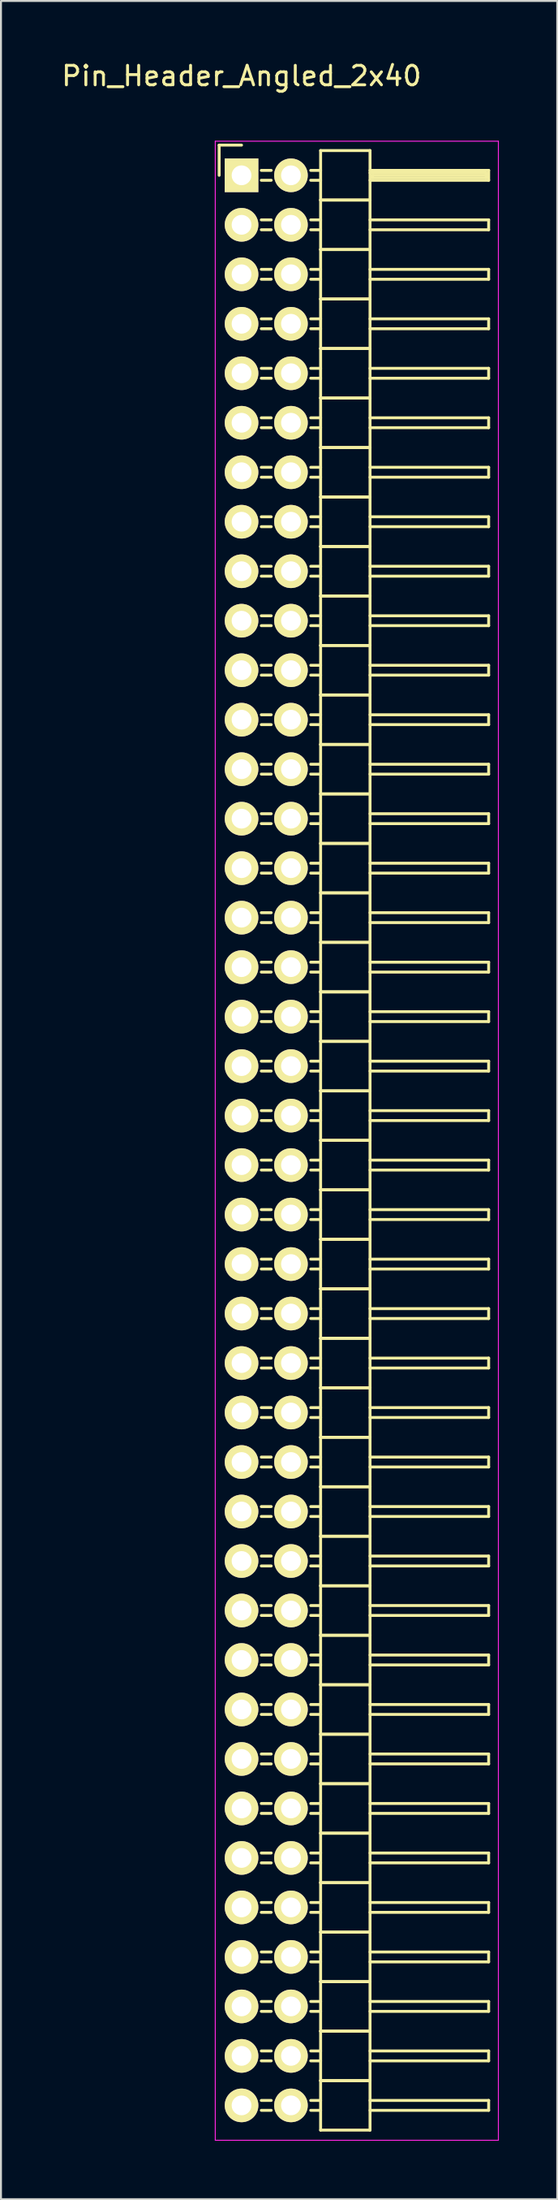
<source format=kicad_pcb>
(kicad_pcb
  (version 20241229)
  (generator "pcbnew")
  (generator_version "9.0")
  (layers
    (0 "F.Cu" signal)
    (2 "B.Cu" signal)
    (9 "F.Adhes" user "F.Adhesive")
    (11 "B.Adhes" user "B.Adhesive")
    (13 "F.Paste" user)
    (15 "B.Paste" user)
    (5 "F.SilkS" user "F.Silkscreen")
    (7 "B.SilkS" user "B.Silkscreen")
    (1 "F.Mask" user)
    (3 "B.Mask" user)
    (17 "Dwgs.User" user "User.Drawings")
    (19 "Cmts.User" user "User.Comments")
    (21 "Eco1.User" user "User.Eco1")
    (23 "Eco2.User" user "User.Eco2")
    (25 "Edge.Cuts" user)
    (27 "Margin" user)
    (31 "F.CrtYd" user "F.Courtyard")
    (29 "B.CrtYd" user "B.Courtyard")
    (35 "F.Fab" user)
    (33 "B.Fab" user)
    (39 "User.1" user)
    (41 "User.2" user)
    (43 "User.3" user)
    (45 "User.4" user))
  (footprint "Pin_Header_Angled_2x40"
    (layer "F.Cu")
    (at 9.363 5.948)
    (property "Reference" "Pin_Header_Angled_2x40" (at 0 -5.1 0) (layer "F.SilkS") (effects (font (size 1 1) (thickness 0.15))))
    (attr through_hole)
    (fp_line (start -1.15 -1.55) (end -1.15 0) (stroke (width 0.15) (type solid)) (layer "F.SilkS"))
    (fp_line (start 0 -1.55) (end -1.15 -1.55) (stroke (width 0.15) (type solid)) (layer "F.SilkS"))
    (fp_line (start 1.524 -0.254) (end 1.016 -0.254) (stroke (width 0.15) (type solid)) (layer "F.SilkS"))
    (fp_line (start 1.524 0.254) (end 1.016 0.254) (stroke (width 0.15) (type solid)) (layer "F.SilkS"))
    (fp_line (start 1.524 2.286) (end 1.016 2.286) (stroke (width 0.15) (type solid)) (layer "F.SilkS"))
    (fp_line (start 1.524 2.794) (end 1.016 2.794) (stroke (width 0.15) (type solid)) (layer "F.SilkS"))
    (fp_line (start 1.524 4.826) (end 1.016 4.826) (stroke (width 0.15) (type solid)) (layer "F.SilkS"))
    (fp_line (start 1.524 5.334) (end 1.016 5.334) (stroke (width 0.15) (type solid)) (layer "F.SilkS"))
    (fp_line (start 1.524 7.366) (end 1.016 7.366) (stroke (width 0.15) (type solid)) (layer "F.SilkS"))
    (fp_line (start 1.524 7.874) (end 1.016 7.874) (stroke (width 0.15) (type solid)) (layer "F.SilkS"))
    (fp_line (start 1.524 9.906) (end 1.016 9.906) (stroke (width 0.15) (type solid)) (layer "F.SilkS"))
    (fp_line (start 1.524 10.414) (end 1.016 10.414) (stroke (width 0.15) (type solid)) (layer "F.SilkS"))
    (fp_line (start 1.524 12.446) (end 1.016 12.446) (stroke (width 0.15) (type solid)) (layer "F.SilkS"))
    (fp_line (start 1.524 12.954) (end 1.016 12.954) (stroke (width 0.15) (type solid)) (layer "F.SilkS"))
    (fp_line (start 1.524 14.986) (end 1.016 14.986) (stroke (width 0.15) (type solid)) (layer "F.SilkS"))
    (fp_line (start 1.524 15.494) (end 1.016 15.494) (stroke (width 0.15) (type solid)) (layer "F.SilkS"))
    (fp_line (start 1.524 17.526) (end 1.016 17.526) (stroke (width 0.15) (type solid)) (layer "F.SilkS"))
    (fp_line (start 1.524 18.034) (end 1.016 18.034) (stroke (width 0.15) (type solid)) (layer "F.SilkS"))
    (fp_line (start 1.524 20.066) (end 1.016 20.066) (stroke (width 0.15) (type solid)) (layer "F.SilkS"))
    (fp_line (start 1.524 20.574) (end 1.016 20.574) (stroke (width 0.15) (type solid)) (layer "F.SilkS"))
    (fp_line (start 1.524 22.606) (end 1.016 22.606) (stroke (width 0.15) (type solid)) (layer "F.SilkS"))
    (fp_line (start 1.524 23.114) (end 1.016 23.114) (stroke (width 0.15) (type solid)) (layer "F.SilkS"))
    (fp_line (start 1.524 25.146) (end 1.016 25.146) (stroke (width 0.15) (type solid)) (layer "F.SilkS"))
    (fp_line (start 1.524 25.654) (end 1.016 25.654) (stroke (width 0.15) (type solid)) (layer "F.SilkS"))
    (fp_line (start 1.524 27.686) (end 1.016 27.686) (stroke (width 0.15) (type solid)) (layer "F.SilkS"))
    (fp_line (start 1.524 28.194) (end 1.016 28.194) (stroke (width 0.15) (type solid)) (layer "F.SilkS"))
    (fp_line (start 1.524 30.226) (end 1.016 30.226) (stroke (width 0.15) (type solid)) (layer "F.SilkS"))
    (fp_line (start 1.524 30.734) (end 1.016 30.734) (stroke (width 0.15) (type solid)) (layer "F.SilkS"))
    (fp_line (start 1.524 32.766) (end 1.016 32.766) (stroke (width 0.15) (type solid)) (layer "F.SilkS"))
    (fp_line (start 1.524 33.274) (end 1.016 33.274) (stroke (width 0.15) (type solid)) (layer "F.SilkS"))
    (fp_line (start 1.524 35.306) (end 1.016 35.306) (stroke (width 0.15) (type solid)) (layer "F.SilkS"))
    (fp_line (start 1.524 35.814) (end 1.016 35.814) (stroke (width 0.15) (type solid)) (layer "F.SilkS"))
    (fp_line (start 1.524 37.846) (end 1.016 37.846) (stroke (width 0.15) (type solid)) (layer "F.SilkS"))
    (fp_line (start 1.524 38.354) (end 1.016 38.354) (stroke (width 0.15) (type solid)) (layer "F.SilkS"))
    (fp_line (start 1.524 40.386) (end 1.016 40.386) (stroke (width 0.15) (type solid)) (layer "F.SilkS"))
    (fp_line (start 1.524 40.894) (end 1.016 40.894) (stroke (width 0.15) (type solid)) (layer "F.SilkS"))
    (fp_line (start 1.524 42.926) (end 1.016 42.926) (stroke (width 0.15) (type solid)) (layer "F.SilkS"))
    (fp_line (start 1.524 43.434) (end 1.016 43.434) (stroke (width 0.15) (type solid)) (layer "F.SilkS"))
    (fp_line (start 1.524 45.466) (end 1.016 45.466) (stroke (width 0.15) (type solid)) (layer "F.SilkS"))
    (fp_line (start 1.524 45.974) (end 1.016 45.974) (stroke (width 0.15) (type solid)) (layer "F.SilkS"))
    (fp_line (start 1.524 48.006) (end 1.016 48.006) (stroke (width 0.15) (type solid)) (layer "F.SilkS"))
    (fp_line (start 1.524 48.514) (end 1.016 48.514) (stroke (width 0.15) (type solid)) (layer "F.SilkS"))
    (fp_line (start 1.524 50.546) (end 1.016 50.546) (stroke (width 0.15) (type solid)) (layer "F.SilkS"))
    (fp_line (start 1.524 51.054) (end 1.016 51.054) (stroke (width 0.15) (type solid)) (layer "F.SilkS"))
    (fp_line (start 1.524 53.086) (end 1.016 53.086) (stroke (width 0.15) (type solid)) (layer "F.SilkS"))
    (fp_line (start 1.524 53.594) (end 1.016 53.594) (stroke (width 0.15) (type solid)) (layer "F.SilkS"))
    (fp_line (start 1.524 55.626) (end 1.016 55.626) (stroke (width 0.15) (type solid)) (layer "F.SilkS"))
    (fp_line (start 1.524 56.134) (end 1.016 56.134) (stroke (width 0.15) (type solid)) (layer "F.SilkS"))
    (fp_line (start 1.524 58.166) (end 1.016 58.166) (stroke (width 0.15) (type solid)) (layer "F.SilkS"))
    (fp_line (start 1.524 58.674) (end 1.016 58.674) (stroke (width 0.15) (type solid)) (layer "F.SilkS"))
    (fp_line (start 1.524 60.706) (end 1.016 60.706) (stroke (width 0.15) (type solid)) (layer "F.SilkS"))
    (fp_line (start 1.524 61.214) (end 1.016 61.214) (stroke (width 0.15) (type solid)) (layer "F.SilkS"))
    (fp_line (start 1.524 63.246) (end 1.016 63.246) (stroke (width 0.15) (type solid)) (layer "F.SilkS"))
    (fp_line (start 1.524 63.754) (end 1.016 63.754) (stroke (width 0.15) (type solid)) (layer "F.SilkS"))
    (fp_line (start 1.524 65.786) (end 1.016 65.786) (stroke (width 0.15) (type solid)) (layer "F.SilkS"))
    (fp_line (start 1.524 66.294) (end 1.016 66.294) (stroke (width 0.15) (type solid)) (layer "F.SilkS"))
    (fp_line (start 1.524 68.326) (end 1.016 68.326) (stroke (width 0.15) (type solid)) (layer "F.SilkS"))
    (fp_line (start 1.524 68.834) (end 1.016 68.834) (stroke (width 0.15) (type solid)) (layer "F.SilkS"))
    (fp_line (start 1.524 70.866) (end 1.016 70.866) (stroke (width 0.15) (type solid)) (layer "F.SilkS"))
    (fp_line (start 1.524 71.374) (end 1.016 71.374) (stroke (width 0.15) (type solid)) (layer "F.SilkS"))
    (fp_line (start 1.524 73.406) (end 1.016 73.406) (stroke (width 0.15) (type solid)) (layer "F.SilkS"))
    (fp_line (start 1.524 73.914) (end 1.016 73.914) (stroke (width 0.15) (type solid)) (layer "F.SilkS"))
    (fp_line (start 1.524 75.946) (end 1.016 75.946) (stroke (width 0.15) (type solid)) (layer "F.SilkS"))
    (fp_line (start 1.524 76.454) (end 1.016 76.454) (stroke (width 0.15) (type solid)) (layer "F.SilkS"))
    (fp_line (start 1.524 78.486) (end 1.016 78.486) (stroke (width 0.15) (type solid)) (layer "F.SilkS"))
    (fp_line (start 1.524 78.994) (end 1.016 78.994) (stroke (width 0.15) (type solid)) (layer "F.SilkS"))
    (fp_line (start 1.524 81.026) (end 1.016 81.026) (stroke (width 0.15) (type solid)) (layer "F.SilkS"))
    (fp_line (start 1.524 81.534) (end 1.016 81.534) (stroke (width 0.15) (type solid)) (layer "F.SilkS"))
    (fp_line (start 1.524 83.566) (end 1.016 83.566) (stroke (width 0.15) (type solid)) (layer "F.SilkS"))
    (fp_line (start 1.524 84.074) (end 1.016 84.074) (stroke (width 0.15) (type solid)) (layer "F.SilkS"))
    (fp_line (start 1.524 86.106) (end 1.016 86.106) (stroke (width 0.15) (type solid)) (layer "F.SilkS"))
    (fp_line (start 1.524 86.614) (end 1.016 86.614) (stroke (width 0.15) (type solid)) (layer "F.SilkS"))
    (fp_line (start 1.524 88.646) (end 1.016 88.646) (stroke (width 0.15) (type solid)) (layer "F.SilkS"))
    (fp_line (start 1.524 89.154) (end 1.016 89.154) (stroke (width 0.15) (type solid)) (layer "F.SilkS"))
    (fp_line (start 1.524 91.186) (end 1.016 91.186) (stroke (width 0.15) (type solid)) (layer "F.SilkS"))
    (fp_line (start 1.524 91.694) (end 1.016 91.694) (stroke (width 0.15) (type solid)) (layer "F.SilkS"))
    (fp_line (start 1.524 93.726) (end 1.016 93.726) (stroke (width 0.15) (type solid)) (layer "F.SilkS"))
    (fp_line (start 1.524 94.234) (end 1.016 94.234) (stroke (width 0.15) (type solid)) (layer "F.SilkS"))
    (fp_line (start 1.524 96.266) (end 1.016 96.266) (stroke (width 0.15) (type solid)) (layer "F.SilkS"))
    (fp_line (start 1.524 96.774) (end 1.016 96.774) (stroke (width 0.15) (type solid)) (layer "F.SilkS"))
    (fp_line (start 1.524 98.806) (end 1.016 98.806) (stroke (width 0.15) (type solid)) (layer "F.SilkS"))
    (fp_line (start 1.524 99.314) (end 1.016 99.314) (stroke (width 0.15) (type solid)) (layer "F.SilkS"))
    (fp_line (start 4.064 -1.27) (end 4.064 1.27) (stroke (width 0.15) (type solid)) (layer "F.SilkS"))
    (fp_line (start 4.064 -1.27) (end 6.604 -1.27) (stroke (width 0.15) (type solid)) (layer "F.SilkS"))
    (fp_line (start 4.064 -0.254) (end 3.556 -0.254) (stroke (width 0.15) (type solid)) (layer "F.SilkS"))
    (fp_line (start 4.064 0.254) (end 3.556 0.254) (stroke (width 0.15) (type solid)) (layer "F.SilkS"))
    (fp_line (start 4.064 1.27) (end 4.064 3.81) (stroke (width 0.15) (type solid)) (layer "F.SilkS"))
    (fp_line (start 4.064 1.27) (end 6.604 1.27) (stroke (width 0.15) (type solid)) (layer "F.SilkS"))
    (fp_line (start 4.064 1.27) (end 6.604 1.27) (stroke (width 0.15) (type solid)) (layer "F.SilkS"))
    (fp_line (start 4.064 2.286) (end 3.556 2.286) (stroke (width 0.15) (type solid)) (layer "F.SilkS"))
    (fp_line (start 4.064 2.794) (end 3.556 2.794) (stroke (width 0.15) (type solid)) (layer "F.SilkS"))
    (fp_line (start 4.064 3.81) (end 4.064 6.35) (stroke (width 0.15) (type solid)) (layer "F.SilkS"))
    (fp_line (start 4.064 3.81) (end 6.604 3.81) (stroke (width 0.15) (type solid)) (layer "F.SilkS"))
    (fp_line (start 4.064 3.81) (end 6.604 3.81) (stroke (width 0.15) (type solid)) (layer "F.SilkS"))
    (fp_line (start 4.064 4.826) (end 3.556 4.826) (stroke (width 0.15) (type solid)) (layer "F.SilkS"))
    (fp_line (start 4.064 5.334) (end 3.556 5.334) (stroke (width 0.15) (type solid)) (layer "F.SilkS"))
    (fp_line (start 4.064 6.35) (end 4.064 8.89) (stroke (width 0.15) (type solid)) (layer "F.SilkS"))
    (fp_line (start 4.064 6.35) (end 6.604 6.35) (stroke (width 0.15) (type solid)) (layer "F.SilkS"))
    (fp_line (start 4.064 6.35) (end 6.604 6.35) (stroke (width 0.15) (type solid)) (layer "F.SilkS"))
    (fp_line (start 4.064 7.366) (end 3.556 7.366) (stroke (width 0.15) (type solid)) (layer "F.SilkS"))
    (fp_line (start 4.064 7.874) (end 3.556 7.874) (stroke (width 0.15) (type solid)) (layer "F.SilkS"))
    (fp_line (start 4.064 8.89) (end 4.064 11.43) (stroke (width 0.15) (type solid)) (layer "F.SilkS"))
    (fp_line (start 4.064 8.89) (end 6.604 8.89) (stroke (width 0.15) (type solid)) (layer "F.SilkS"))
    (fp_line (start 4.064 8.89) (end 6.604 8.89) (stroke (width 0.15) (type solid)) (layer "F.SilkS"))
    (fp_line (start 4.064 9.906) (end 3.556 9.906) (stroke (width 0.15) (type solid)) (layer "F.SilkS"))
    (fp_line (start 4.064 10.414) (end 3.556 10.414) (stroke (width 0.15) (type solid)) (layer "F.SilkS"))
    (fp_line (start 4.064 11.43) (end 4.064 13.97) (stroke (width 0.15) (type solid)) (layer "F.SilkS"))
    (fp_line (start 4.064 11.43) (end 6.604 11.43) (stroke (width 0.15) (type solid)) (layer "F.SilkS"))
    (fp_line (start 4.064 11.43) (end 6.604 11.43) (stroke (width 0.15) (type solid)) (layer "F.SilkS"))
    (fp_line (start 4.064 12.446) (end 3.556 12.446) (stroke (width 0.15) (type solid)) (layer "F.SilkS"))
    (fp_line (start 4.064 12.954) (end 3.556 12.954) (stroke (width 0.15) (type solid)) (layer "F.SilkS"))
    (fp_line (start 4.064 13.97) (end 4.064 16.51) (stroke (width 0.15) (type solid)) (layer "F.SilkS"))
    (fp_line (start 4.064 13.97) (end 6.604 13.97) (stroke (width 0.15) (type solid)) (layer "F.SilkS"))
    (fp_line (start 4.064 13.97) (end 6.604 13.97) (stroke (width 0.15) (type solid)) (layer "F.SilkS"))
    (fp_line (start 4.064 14.986) (end 3.556 14.986) (stroke (width 0.15) (type solid)) (layer "F.SilkS"))
    (fp_line (start 4.064 15.494) (end 3.556 15.494) (stroke (width 0.15) (type solid)) (layer "F.SilkS"))
    (fp_line (start 4.064 16.51) (end 4.064 19.05) (stroke (width 0.15) (type solid)) (layer "F.SilkS"))
    (fp_line (start 4.064 16.51) (end 6.604 16.51) (stroke (width 0.15) (type solid)) (layer "F.SilkS"))
    (fp_line (start 4.064 16.51) (end 6.604 16.51) (stroke (width 0.15) (type solid)) (layer "F.SilkS"))
    (fp_line (start 4.064 17.526) (end 3.556 17.526) (stroke (width 0.15) (type solid)) (layer "F.SilkS"))
    (fp_line (start 4.064 18.034) (end 3.556 18.034) (stroke (width 0.15) (type solid)) (layer "F.SilkS"))
    (fp_line (start 4.064 19.05) (end 4.064 21.59) (stroke (width 0.15) (type solid)) (layer "F.SilkS"))
    (fp_line (start 4.064 19.05) (end 6.604 19.05) (stroke (width 0.15) (type solid)) (layer "F.SilkS"))
    (fp_line (start 4.064 19.05) (end 6.604 19.05) (stroke (width 0.15) (type solid)) (layer "F.SilkS"))
    (fp_line (start 4.064 20.066) (end 3.556 20.066) (stroke (width 0.15) (type solid)) (layer "F.SilkS"))
    (fp_line (start 4.064 20.574) (end 3.556 20.574) (stroke (width 0.15) (type solid)) (layer "F.SilkS"))
    (fp_line (start 4.064 21.59) (end 4.064 24.13) (stroke (width 0.15) (type solid)) (layer "F.SilkS"))
    (fp_line (start 4.064 21.59) (end 6.604 21.59) (stroke (width 0.15) (type solid)) (layer "F.SilkS"))
    (fp_line (start 4.064 21.59) (end 6.604 21.59) (stroke (width 0.15) (type solid)) (layer "F.SilkS"))
    (fp_line (start 4.064 22.606) (end 3.556 22.606) (stroke (width 0.15) (type solid)) (layer "F.SilkS"))
    (fp_line (start 4.064 23.114) (end 3.556 23.114) (stroke (width 0.15) (type solid)) (layer "F.SilkS"))
    (fp_line (start 4.064 24.13) (end 4.064 26.67) (stroke (width 0.15) (type solid)) (layer "F.SilkS"))
    (fp_line (start 4.064 24.13) (end 6.604 24.13) (stroke (width 0.15) (type solid)) (layer "F.SilkS"))
    (fp_line (start 4.064 24.13) (end 6.604 24.13) (stroke (width 0.15) (type solid)) (layer "F.SilkS"))
    (fp_line (start 4.064 25.146) (end 3.556 25.146) (stroke (width 0.15) (type solid)) (layer "F.SilkS"))
    (fp_line (start 4.064 25.654) (end 3.556 25.654) (stroke (width 0.15) (type solid)) (layer "F.SilkS"))
    (fp_line (start 4.064 26.67) (end 4.064 29.21) (stroke (width 0.15) (type solid)) (layer "F.SilkS"))
    (fp_line (start 4.064 26.67) (end 6.604 26.67) (stroke (width 0.15) (type solid)) (layer "F.SilkS"))
    (fp_line (start 4.064 26.67) (end 6.604 26.67) (stroke (width 0.15) (type solid)) (layer "F.SilkS"))
    (fp_line (start 4.064 27.686) (end 3.556 27.686) (stroke (width 0.15) (type solid)) (layer "F.SilkS"))
    (fp_line (start 4.064 28.194) (end 3.556 28.194) (stroke (width 0.15) (type solid)) (layer "F.SilkS"))
    (fp_line (start 4.064 29.21) (end 4.064 31.75) (stroke (width 0.15) (type solid)) (layer "F.SilkS"))
    (fp_line (start 4.064 29.21) (end 6.604 29.21) (stroke (width 0.15) (type solid)) (layer "F.SilkS"))
    (fp_line (start 4.064 29.21) (end 6.604 29.21) (stroke (width 0.15) (type solid)) (layer "F.SilkS"))
    (fp_line (start 4.064 30.226) (end 3.556 30.226) (stroke (width 0.15) (type solid)) (layer "F.SilkS"))
    (fp_line (start 4.064 30.734) (end 3.556 30.734) (stroke (width 0.15) (type solid)) (layer "F.SilkS"))
    (fp_line (start 4.064 31.75) (end 4.064 34.29) (stroke (width 0.15) (type solid)) (layer "F.SilkS"))
    (fp_line (start 4.064 31.75) (end 6.604 31.75) (stroke (width 0.15) (type solid)) (layer "F.SilkS"))
    (fp_line (start 4.064 31.75) (end 6.604 31.75) (stroke (width 0.15) (type solid)) (layer "F.SilkS"))
    (fp_line (start 4.064 32.766) (end 3.556 32.766) (stroke (width 0.15) (type solid)) (layer "F.SilkS"))
    (fp_line (start 4.064 33.274) (end 3.556 33.274) (stroke (width 0.15) (type solid)) (layer "F.SilkS"))
    (fp_line (start 4.064 34.29) (end 4.064 36.83) (stroke (width 0.15) (type solid)) (layer "F.SilkS"))
    (fp_line (start 4.064 34.29) (end 6.604 34.29) (stroke (width 0.15) (type solid)) (layer "F.SilkS"))
    (fp_line (start 4.064 34.29) (end 6.604 34.29) (stroke (width 0.15) (type solid)) (layer "F.SilkS"))
    (fp_line (start 4.064 35.306) (end 3.556 35.306) (stroke (width 0.15) (type solid)) (layer "F.SilkS"))
    (fp_line (start 4.064 35.814) (end 3.556 35.814) (stroke (width 0.15) (type solid)) (layer "F.SilkS"))
    (fp_line (start 4.064 36.83) (end 4.064 39.37) (stroke (width 0.15) (type solid)) (layer "F.SilkS"))
    (fp_line (start 4.064 36.83) (end 6.604 36.83) (stroke (width 0.15) (type solid)) (layer "F.SilkS"))
    (fp_line (start 4.064 36.83) (end 6.604 36.83) (stroke (width 0.15) (type solid)) (layer "F.SilkS"))
    (fp_line (start 4.064 37.846) (end 3.556 37.846) (stroke (width 0.15) (type solid)) (layer "F.SilkS"))
    (fp_line (start 4.064 38.354) (end 3.556 38.354) (stroke (width 0.15) (type solid)) (layer "F.SilkS"))
    (fp_line (start 4.064 39.37) (end 4.064 41.91) (stroke (width 0.15) (type solid)) (layer "F.SilkS"))
    (fp_line (start 4.064 39.37) (end 6.604 39.37) (stroke (width 0.15) (type solid)) (layer "F.SilkS"))
    (fp_line (start 4.064 39.37) (end 6.604 39.37) (stroke (width 0.15) (type solid)) (layer "F.SilkS"))
    (fp_line (start 4.064 40.386) (end 3.556 40.386) (stroke (width 0.15) (type solid)) (layer "F.SilkS"))
    (fp_line (start 4.064 40.894) (end 3.556 40.894) (stroke (width 0.15) (type solid)) (layer "F.SilkS"))
    (fp_line (start 4.064 41.91) (end 4.064 44.45) (stroke (width 0.15) (type solid)) (layer "F.SilkS"))
    (fp_line (start 4.064 41.91) (end 6.604 41.91) (stroke (width 0.15) (type solid)) (layer "F.SilkS"))
    (fp_line (start 4.064 41.91) (end 6.604 41.91) (stroke (width 0.15) (type solid)) (layer "F.SilkS"))
    (fp_line (start 4.064 42.926) (end 3.556 42.926) (stroke (width 0.15) (type solid)) (layer "F.SilkS"))
    (fp_line (start 4.064 43.434) (end 3.556 43.434) (stroke (width 0.15) (type solid)) (layer "F.SilkS"))
    (fp_line (start 4.064 44.45) (end 4.064 46.99) (stroke (width 0.15) (type solid)) (layer "F.SilkS"))
    (fp_line (start 4.064 44.45) (end 6.604 44.45) (stroke (width 0.15) (type solid)) (layer "F.SilkS"))
    (fp_line (start 4.064 44.45) (end 6.604 44.45) (stroke (width 0.15) (type solid)) (layer "F.SilkS"))
    (fp_line (start 4.064 45.466) (end 3.556 45.466) (stroke (width 0.15) (type solid)) (layer "F.SilkS"))
    (fp_line (start 4.064 45.974) (end 3.556 45.974) (stroke (width 0.15) (type solid)) (layer "F.SilkS"))
    (fp_line (start 4.064 46.99) (end 4.064 49.53) (stroke (width 0.15) (type solid)) (layer "F.SilkS"))
    (fp_line (start 4.064 46.99) (end 6.604 46.99) (stroke (width 0.15) (type solid)) (layer "F.SilkS"))
    (fp_line (start 4.064 46.99) (end 6.604 46.99) (stroke (width 0.15) (type solid)) (layer "F.SilkS"))
    (fp_line (start 4.064 48.006) (end 3.556 48.006) (stroke (width 0.15) (type solid)) (layer "F.SilkS"))
    (fp_line (start 4.064 48.514) (end 3.556 48.514) (stroke (width 0.15) (type solid)) (layer "F.SilkS"))
    (fp_line (start 4.064 49.53) (end 4.064 52.07) (stroke (width 0.15) (type solid)) (layer "F.SilkS"))
    (fp_line (start 4.064 49.53) (end 6.604 49.53) (stroke (width 0.15) (type solid)) (layer "F.SilkS"))
    (fp_line (start 4.064 49.53) (end 6.604 49.53) (stroke (width 0.15) (type solid)) (layer "F.SilkS"))
    (fp_line (start 4.064 50.546) (end 3.556 50.546) (stroke (width 0.15) (type solid)) (layer "F.SilkS"))
    (fp_line (start 4.064 51.054) (end 3.556 51.054) (stroke (width 0.15) (type solid)) (layer "F.SilkS"))
    (fp_line (start 4.064 52.07) (end 4.064 54.61) (stroke (width 0.15) (type solid)) (layer "F.SilkS"))
    (fp_line (start 4.064 52.07) (end 6.604 52.07) (stroke (width 0.15) (type solid)) (layer "F.SilkS"))
    (fp_line (start 4.064 52.07) (end 6.604 52.07) (stroke (width 0.15) (type solid)) (layer "F.SilkS"))
    (fp_line (start 4.064 53.086) (end 3.556 53.086) (stroke (width 0.15) (type solid)) (layer "F.SilkS"))
    (fp_line (start 4.064 53.594) (end 3.556 53.594) (stroke (width 0.15) (type solid)) (layer "F.SilkS"))
    (fp_line (start 4.064 54.61) (end 4.064 57.15) (stroke (width 0.15) (type solid)) (layer "F.SilkS"))
    (fp_line (start 4.064 54.61) (end 6.604 54.61) (stroke (width 0.15) (type solid)) (layer "F.SilkS"))
    (fp_line (start 4.064 54.61) (end 6.604 54.61) (stroke (width 0.15) (type solid)) (layer "F.SilkS"))
    (fp_line (start 4.064 55.626) (end 3.556 55.626) (stroke (width 0.15) (type solid)) (layer "F.SilkS"))
    (fp_line (start 4.064 56.134) (end 3.556 56.134) (stroke (width 0.15) (type solid)) (layer "F.SilkS"))
    (fp_line (start 4.064 57.15) (end 4.064 59.69) (stroke (width 0.15) (type solid)) (layer "F.SilkS"))
    (fp_line (start 4.064 57.15) (end 6.604 57.15) (stroke (width 0.15) (type solid)) (layer "F.SilkS"))
    (fp_line (start 4.064 57.15) (end 6.604 57.15) (stroke (width 0.15) (type solid)) (layer "F.SilkS"))
    (fp_line (start 4.064 58.166) (end 3.556 58.166) (stroke (width 0.15) (type solid)) (layer "F.SilkS"))
    (fp_line (start 4.064 58.674) (end 3.556 58.674) (stroke (width 0.15) (type solid)) (layer "F.SilkS"))
    (fp_line (start 4.064 59.69) (end 4.064 62.23) (stroke (width 0.15) (type solid)) (layer "F.SilkS"))
    (fp_line (start 4.064 59.69) (end 6.604 59.69) (stroke (width 0.15) (type solid)) (layer "F.SilkS"))
    (fp_line (start 4.064 59.69) (end 6.604 59.69) (stroke (width 0.15) (type solid)) (layer "F.SilkS"))
    (fp_line (start 4.064 60.706) (end 3.556 60.706) (stroke (width 0.15) (type solid)) (layer "F.SilkS"))
    (fp_line (start 4.064 61.214) (end 3.556 61.214) (stroke (width 0.15) (type solid)) (layer "F.SilkS"))
    (fp_line (start 4.064 62.23) (end 4.064 64.77) (stroke (width 0.15) (type solid)) (layer "F.SilkS"))
    (fp_line (start 4.064 62.23) (end 6.604 62.23) (stroke (width 0.15) (type solid)) (layer "F.SilkS"))
    (fp_line (start 4.064 62.23) (end 6.604 62.23) (stroke (width 0.15) (type solid)) (layer "F.SilkS"))
    (fp_line (start 4.064 63.246) (end 3.556 63.246) (stroke (width 0.15) (type solid)) (layer "F.SilkS"))
    (fp_line (start 4.064 63.754) (end 3.556 63.754) (stroke (width 0.15) (type solid)) (layer "F.SilkS"))
    (fp_line (start 4.064 64.77) (end 4.064 67.31) (stroke (width 0.15) (type solid)) (layer "F.SilkS"))
    (fp_line (start 4.064 64.77) (end 6.604 64.77) (stroke (width 0.15) (type solid)) (layer "F.SilkS"))
    (fp_line (start 4.064 64.77) (end 6.604 64.77) (stroke (width 0.15) (type solid)) (layer "F.SilkS"))
    (fp_line (start 4.064 65.786) (end 3.556 65.786) (stroke (width 0.15) (type solid)) (layer "F.SilkS"))
    (fp_line (start 4.064 66.294) (end 3.556 66.294) (stroke (width 0.15) (type solid)) (layer "F.SilkS"))
    (fp_line (start 4.064 67.31) (end 4.064 69.85) (stroke (width 0.15) (type solid)) (layer "F.SilkS"))
    (fp_line (start 4.064 67.31) (end 6.604 67.31) (stroke (width 0.15) (type solid)) (layer "F.SilkS"))
    (fp_line (start 4.064 67.31) (end 6.604 67.31) (stroke (width 0.15) (type solid)) (layer "F.SilkS"))
    (fp_line (start 4.064 68.326) (end 3.556 68.326) (stroke (width 0.15) (type solid)) (layer "F.SilkS"))
    (fp_line (start 4.064 68.834) (end 3.556 68.834) (stroke (width 0.15) (type solid)) (layer "F.SilkS"))
    (fp_line (start 4.064 69.85) (end 4.064 72.39) (stroke (width 0.15) (type solid)) (layer "F.SilkS"))
    (fp_line (start 4.064 69.85) (end 6.604 69.85) (stroke (width 0.15) (type solid)) (layer "F.SilkS"))
    (fp_line (start 4.064 69.85) (end 6.604 69.85) (stroke (width 0.15) (type solid)) (layer "F.SilkS"))
    (fp_line (start 4.064 70.866) (end 3.556 70.866) (stroke (width 0.15) (type solid)) (layer "F.SilkS"))
    (fp_line (start 4.064 71.374) (end 3.556 71.374) (stroke (width 0.15) (type solid)) (layer "F.SilkS"))
    (fp_line (start 4.064 72.39) (end 4.064 74.93) (stroke (width 0.15) (type solid)) (layer "F.SilkS"))
    (fp_line (start 4.064 72.39) (end 6.604 72.39) (stroke (width 0.15) (type solid)) (layer "F.SilkS"))
    (fp_line (start 4.064 72.39) (end 6.604 72.39) (stroke (width 0.15) (type solid)) (layer "F.SilkS"))
    (fp_line (start 4.064 73.406) (end 3.556 73.406) (stroke (width 0.15) (type solid)) (layer "F.SilkS"))
    (fp_line (start 4.064 73.914) (end 3.556 73.914) (stroke (width 0.15) (type solid)) (layer "F.SilkS"))
    (fp_line (start 4.064 74.93) (end 4.064 77.47) (stroke (width 0.15) (type solid)) (layer "F.SilkS"))
    (fp_line (start 4.064 74.93) (end 6.604 74.93) (stroke (width 0.15) (type solid)) (layer "F.SilkS"))
    (fp_line (start 4.064 74.93) (end 6.604 74.93) (stroke (width 0.15) (type solid)) (layer "F.SilkS"))
    (fp_line (start 4.064 75.946) (end 3.556 75.946) (stroke (width 0.15) (type solid)) (layer "F.SilkS"))
    (fp_line (start 4.064 76.454) (end 3.556 76.454) (stroke (width 0.15) (type solid)) (layer "F.SilkS"))
    (fp_line (start 4.064 77.47) (end 4.064 80.01) (stroke (width 0.15) (type solid)) (layer "F.SilkS"))
    (fp_line (start 4.064 77.47) (end 6.604 77.47) (stroke (width 0.15) (type solid)) (layer "F.SilkS"))
    (fp_line (start 4.064 77.47) (end 6.604 77.47) (stroke (width 0.15) (type solid)) (layer "F.SilkS"))
    (fp_line (start 4.064 78.486) (end 3.556 78.486) (stroke (width 0.15) (type solid)) (layer "F.SilkS"))
    (fp_line (start 4.064 78.994) (end 3.556 78.994) (stroke (width 0.15) (type solid)) (layer "F.SilkS"))
    (fp_line (start 4.064 80.01) (end 4.064 82.55) (stroke (width 0.15) (type solid)) (layer "F.SilkS"))
    (fp_line (start 4.064 80.01) (end 6.604 80.01) (stroke (width 0.15) (type solid)) (layer "F.SilkS"))
    (fp_line (start 4.064 80.01) (end 6.604 80.01) (stroke (width 0.15) (type solid)) (layer "F.SilkS"))
    (fp_line (start 4.064 81.026) (end 3.556 81.026) (stroke (width 0.15) (type solid)) (layer "F.SilkS"))
    (fp_line (start 4.064 81.534) (end 3.556 81.534) (stroke (width 0.15) (type solid)) (layer "F.SilkS"))
    (fp_line (start 4.064 82.55) (end 4.064 85.09) (stroke (width 0.15) (type solid)) (layer "F.SilkS"))
    (fp_line (start 4.064 82.55) (end 6.604 82.55) (stroke (width 0.15) (type solid)) (layer "F.SilkS"))
    (fp_line (start 4.064 82.55) (end 6.604 82.55) (stroke (width 0.15) (type solid)) (layer "F.SilkS"))
    (fp_line (start 4.064 83.566) (end 3.556 83.566) (stroke (width 0.15) (type solid)) (layer "F.SilkS"))
    (fp_line (start 4.064 84.074) (end 3.556 84.074) (stroke (width 0.15) (type solid)) (layer "F.SilkS"))
    (fp_line (start 4.064 85.09) (end 4.064 87.63) (stroke (width 0.15) (type solid)) (layer "F.SilkS"))
    (fp_line (start 4.064 85.09) (end 6.604 85.09) (stroke (width 0.15) (type solid)) (layer "F.SilkS"))
    (fp_line (start 4.064 85.09) (end 6.604 85.09) (stroke (width 0.15) (type solid)) (layer "F.SilkS"))
    (fp_line (start 4.064 86.106) (end 3.556 86.106) (stroke (width 0.15) (type solid)) (layer "F.SilkS"))
    (fp_line (start 4.064 86.614) (end 3.556 86.614) (stroke (width 0.15) (type solid)) (layer "F.SilkS"))
    (fp_line (start 4.064 87.63) (end 4.064 90.17) (stroke (width 0.15) (type solid)) (layer "F.SilkS"))
    (fp_line (start 4.064 87.63) (end 6.604 87.63) (stroke (width 0.15) (type solid)) (layer "F.SilkS"))
    (fp_line (start 4.064 87.63) (end 6.604 87.63) (stroke (width 0.15) (type solid)) (layer "F.SilkS"))
    (fp_line (start 4.064 88.646) (end 3.556 88.646) (stroke (width 0.15) (type solid)) (layer "F.SilkS"))
    (fp_line (start 4.064 89.154) (end 3.556 89.154) (stroke (width 0.15) (type solid)) (layer "F.SilkS"))
    (fp_line (start 4.064 90.17) (end 4.064 92.71) (stroke (width 0.15) (type solid)) (layer "F.SilkS"))
    (fp_line (start 4.064 90.17) (end 6.604 90.17) (stroke (width 0.15) (type solid)) (layer "F.SilkS"))
    (fp_line (start 4.064 90.17) (end 6.604 90.17) (stroke (width 0.15) (type solid)) (layer "F.SilkS"))
    (fp_line (start 4.064 91.186) (end 3.556 91.186) (stroke (width 0.15) (type solid)) (layer "F.SilkS"))
    (fp_line (start 4.064 91.694) (end 3.556 91.694) (stroke (width 0.15) (type solid)) (layer "F.SilkS"))
    (fp_line (start 4.064 92.71) (end 4.064 95.25) (stroke (width 0.15) (type solid)) (layer "F.SilkS"))
    (fp_line (start 4.064 92.71) (end 6.604 92.71) (stroke (width 0.15) (type solid)) (layer "F.SilkS"))
    (fp_line (start 4.064 92.71) (end 6.604 92.71) (stroke (width 0.15) (type solid)) (layer "F.SilkS"))
    (fp_line (start 4.064 93.726) (end 3.556 93.726) (stroke (width 0.15) (type solid)) (layer "F.SilkS"))
    (fp_line (start 4.064 94.234) (end 3.556 94.234) (stroke (width 0.15) (type solid)) (layer "F.SilkS"))
    (fp_line (start 4.064 95.25) (end 4.064 97.79) (stroke (width 0.15) (type solid)) (layer "F.SilkS"))
    (fp_line (start 4.064 95.25) (end 6.604 95.25) (stroke (width 0.15) (type solid)) (layer "F.SilkS"))
    (fp_line (start 4.064 95.25) (end 6.604 95.25) (stroke (width 0.15) (type solid)) (layer "F.SilkS"))
    (fp_line (start 4.064 96.266) (end 3.556 96.266) (stroke (width 0.15) (type solid)) (layer "F.SilkS"))
    (fp_line (start 4.064 96.774) (end 3.556 96.774) (stroke (width 0.15) (type solid)) (layer "F.SilkS"))
    (fp_line (start 4.064 97.79) (end 4.064 100.33) (stroke (width 0.15) (type solid)) (layer "F.SilkS"))
    (fp_line (start 4.064 97.79) (end 6.604 97.79) (stroke (width 0.15) (type solid)) (layer "F.SilkS"))
    (fp_line (start 4.064 97.79) (end 6.604 97.79) (stroke (width 0.15) (type solid)) (layer "F.SilkS"))
    (fp_line (start 4.064 98.806) (end 3.556 98.806) (stroke (width 0.15) (type solid)) (layer "F.SilkS"))
    (fp_line (start 4.064 99.314) (end 3.556 99.314) (stroke (width 0.15) (type solid)) (layer "F.SilkS"))
    (fp_line (start 4.064 100.33) (end 6.604 100.33) (stroke (width 0.15) (type solid)) (layer "F.SilkS"))
    (fp_line (start 6.604 -0.254) (end 12.7 -0.254) (stroke (width 0.15) (type solid)) (layer "F.SilkS"))
    (fp_line (start 6.604 -0.127) (end 12.573 -0.127) (stroke (width 0.15) (type solid)) (layer "F.SilkS"))
    (fp_line (start 6.604 1.27) (end 6.604 -1.27) (stroke (width 0.15) (type solid)) (layer "F.SilkS"))
    (fp_line (start 6.604 2.286) (end 12.7 2.286) (stroke (width 0.15) (type solid)) (layer "F.SilkS"))
    (fp_line (start 6.604 3.81) (end 6.604 1.27) (stroke (width 0.15) (type solid)) (layer "F.SilkS"))
    (fp_line (start 6.604 4.826) (end 12.7 4.826) (stroke (width 0.15) (type solid)) (layer "F.SilkS"))
    (fp_line (start 6.604 6.35) (end 6.604 3.81) (stroke (width 0.15) (type solid)) (layer "F.SilkS"))
    (fp_line (start 6.604 7.366) (end 12.7 7.366) (stroke (width 0.15) (type solid)) (layer "F.SilkS"))
    (fp_line (start 6.604 8.89) (end 6.604 6.35) (stroke (width 0.15) (type solid)) (layer "F.SilkS"))
    (fp_line (start 6.604 9.906) (end 12.7 9.906) (stroke (width 0.15) (type solid)) (layer "F.SilkS"))
    (fp_line (start 6.604 11.43) (end 6.604 8.89) (stroke (width 0.15) (type solid)) (layer "F.SilkS"))
    (fp_line (start 6.604 12.446) (end 12.7 12.446) (stroke (width 0.15) (type solid)) (layer "F.SilkS"))
    (fp_line (start 6.604 13.97) (end 6.604 11.43) (stroke (width 0.15) (type solid)) (layer "F.SilkS"))
    (fp_line (start 6.604 14.986) (end 12.7 14.986) (stroke (width 0.15) (type solid)) (layer "F.SilkS"))
    (fp_line (start 6.604 16.51) (end 6.604 13.97) (stroke (width 0.15) (type solid)) (layer "F.SilkS"))
    (fp_line (start 6.604 17.526) (end 12.7 17.526) (stroke (width 0.15) (type solid)) (layer "F.SilkS"))
    (fp_line (start 6.604 19.05) (end 6.604 16.51) (stroke (width 0.15) (type solid)) (layer "F.SilkS"))
    (fp_line (start 6.604 20.066) (end 12.7 20.066) (stroke (width 0.15) (type solid)) (layer "F.SilkS"))
    (fp_line (start 6.604 21.59) (end 6.604 19.05) (stroke (width 0.15) (type solid)) (layer "F.SilkS"))
    (fp_line (start 6.604 22.606) (end 12.7 22.606) (stroke (width 0.15) (type solid)) (layer "F.SilkS"))
    (fp_line (start 6.604 24.13) (end 6.604 21.59) (stroke (width 0.15) (type solid)) (layer "F.SilkS"))
    (fp_line (start 6.604 25.146) (end 12.7 25.146) (stroke (width 0.15) (type solid)) (layer "F.SilkS"))
    (fp_line (start 6.604 26.67) (end 6.604 24.13) (stroke (width 0.15) (type solid)) (layer "F.SilkS"))
    (fp_line (start 6.604 27.686) (end 12.7 27.686) (stroke (width 0.15) (type solid)) (layer "F.SilkS"))
    (fp_line (start 6.604 29.21) (end 6.604 26.67) (stroke (width 0.15) (type solid)) (layer "F.SilkS"))
    (fp_line (start 6.604 30.226) (end 12.7 30.226) (stroke (width 0.15) (type solid)) (layer "F.SilkS"))
    (fp_line (start 6.604 31.75) (end 6.604 29.21) (stroke (width 0.15) (type solid)) (layer "F.SilkS"))
    (fp_line (start 6.604 32.766) (end 12.7 32.766) (stroke (width 0.15) (type solid)) (layer "F.SilkS"))
    (fp_line (start 6.604 34.29) (end 6.604 31.75) (stroke (width 0.15) (type solid)) (layer "F.SilkS"))
    (fp_line (start 6.604 35.306) (end 12.7 35.306) (stroke (width 0.15) (type solid)) (layer "F.SilkS"))
    (fp_line (start 6.604 36.83) (end 6.604 34.29) (stroke (width 0.15) (type solid)) (layer "F.SilkS"))
    (fp_line (start 6.604 37.846) (end 12.7 37.846) (stroke (width 0.15) (type solid)) (layer "F.SilkS"))
    (fp_line (start 6.604 39.37) (end 6.604 36.83) (stroke (width 0.15) (type solid)) (layer "F.SilkS"))
    (fp_line (start 6.604 40.386) (end 12.7 40.386) (stroke (width 0.15) (type solid)) (layer "F.SilkS"))
    (fp_line (start 6.604 41.91) (end 6.604 39.37) (stroke (width 0.15) (type solid)) (layer "F.SilkS"))
    (fp_line (start 6.604 42.926) (end 12.7 42.926) (stroke (width 0.15) (type solid)) (layer "F.SilkS"))
    (fp_line (start 6.604 44.45) (end 6.604 41.91) (stroke (width 0.15) (type solid)) (layer "F.SilkS"))
    (fp_line (start 6.604 45.466) (end 12.7 45.466) (stroke (width 0.15) (type solid)) (layer "F.SilkS"))
    (fp_line (start 6.604 46.99) (end 6.604 44.45) (stroke (width 0.15) (type solid)) (layer "F.SilkS"))
    (fp_line (start 6.604 48.006) (end 12.7 48.006) (stroke (width 0.15) (type solid)) (layer "F.SilkS"))
    (fp_line (start 6.604 49.53) (end 6.604 46.99) (stroke (width 0.15) (type solid)) (layer "F.SilkS"))
    (fp_line (start 6.604 50.546) (end 12.7 50.546) (stroke (width 0.15) (type solid)) (layer "F.SilkS"))
    (fp_line (start 6.604 52.07) (end 6.604 49.53) (stroke (width 0.15) (type solid)) (layer "F.SilkS"))
    (fp_line (start 6.604 53.086) (end 12.7 53.086) (stroke (width 0.15) (type solid)) (layer "F.SilkS"))
    (fp_line (start 6.604 54.61) (end 6.604 52.07) (stroke (width 0.15) (type solid)) (layer "F.SilkS"))
    (fp_line (start 6.604 55.626) (end 12.7 55.626) (stroke (width 0.15) (type solid)) (layer "F.SilkS"))
    (fp_line (start 6.604 57.15) (end 6.604 54.61) (stroke (width 0.15) (type solid)) (layer "F.SilkS"))
    (fp_line (start 6.604 58.166) (end 12.7 58.166) (stroke (width 0.15) (type solid)) (layer "F.SilkS"))
    (fp_line (start 6.604 59.69) (end 6.604 57.15) (stroke (width 0.15) (type solid)) (layer "F.SilkS"))
    (fp_line (start 6.604 60.706) (end 12.7 60.706) (stroke (width 0.15) (type solid)) (layer "F.SilkS"))
    (fp_line (start 6.604 62.23) (end 6.604 59.69) (stroke (width 0.15) (type solid)) (layer "F.SilkS"))
    (fp_line (start 6.604 63.246) (end 12.7 63.246) (stroke (width 0.15) (type solid)) (layer "F.SilkS"))
    (fp_line (start 6.604 64.77) (end 6.604 62.23) (stroke (width 0.15) (type solid)) (layer "F.SilkS"))
    (fp_line (start 6.604 65.786) (end 12.7 65.786) (stroke (width 0.15) (type solid)) (layer "F.SilkS"))
    (fp_line (start 6.604 67.31) (end 6.604 64.77) (stroke (width 0.15) (type solid)) (layer "F.SilkS"))
    (fp_line (start 6.604 68.326) (end 12.7 68.326) (stroke (width 0.15) (type solid)) (layer "F.SilkS"))
    (fp_line (start 6.604 69.85) (end 6.604 67.31) (stroke (width 0.15) (type solid)) (layer "F.SilkS"))
    (fp_line (start 6.604 70.866) (end 12.7 70.866) (stroke (width 0.15) (type solid)) (layer "F.SilkS"))
    (fp_line (start 6.604 72.39) (end 6.604 69.85) (stroke (width 0.15) (type solid)) (layer "F.SilkS"))
    (fp_line (start 6.604 73.406) (end 12.7 73.406) (stroke (width 0.15) (type solid)) (layer "F.SilkS"))
    (fp_line (start 6.604 74.93) (end 6.604 72.39) (stroke (width 0.15) (type solid)) (layer "F.SilkS"))
    (fp_line (start 6.604 75.946) (end 12.7 75.946) (stroke (width 0.15) (type solid)) (layer "F.SilkS"))
    (fp_line (start 6.604 77.47) (end 6.604 74.93) (stroke (width 0.15) (type solid)) (layer "F.SilkS"))
    (fp_line (start 6.604 78.486) (end 12.7 78.486) (stroke (width 0.15) (type solid)) (layer "F.SilkS"))
    (fp_line (start 6.604 80.01) (end 6.604 77.47) (stroke (width 0.15) (type solid)) (layer "F.SilkS"))
    (fp_line (start 6.604 81.026) (end 12.7 81.026) (stroke (width 0.15) (type solid)) (layer "F.SilkS"))
    (fp_line (start 6.604 82.55) (end 6.604 80.01) (stroke (width 0.15) (type solid)) (layer "F.SilkS"))
    (fp_line (start 6.604 83.566) (end 12.7 83.566) (stroke (width 0.15) (type solid)) (layer "F.SilkS"))
    (fp_line (start 6.604 85.09) (end 6.604 82.55) (stroke (width 0.15) (type solid)) (layer "F.SilkS"))
    (fp_line (start 6.604 86.106) (end 12.7 86.106) (stroke (width 0.15) (type solid)) (layer "F.SilkS"))
    (fp_line (start 6.604 87.63) (end 6.604 85.09) (stroke (width 0.15) (type solid)) (layer "F.SilkS"))
    (fp_line (start 6.604 88.646) (end 12.7 88.646) (stroke (width 0.15) (type solid)) (layer "F.SilkS"))
    (fp_line (start 6.604 90.17) (end 6.604 87.63) (stroke (width 0.15) (type solid)) (layer "F.SilkS"))
    (fp_line (start 6.604 91.186) (end 12.7 91.186) (stroke (width 0.15) (type solid)) (layer "F.SilkS"))
    (fp_line (start 6.604 92.71) (end 6.604 90.17) (stroke (width 0.15) (type solid)) (layer "F.SilkS"))
    (fp_line (start 6.604 93.726) (end 12.7 93.726) (stroke (width 0.15) (type solid)) (layer "F.SilkS"))
    (fp_line (start 6.604 95.25) (end 6.604 92.71) (stroke (width 0.15) (type solid)) (layer "F.SilkS"))
    (fp_line (start 6.604 96.266) (end 12.7 96.266) (stroke (width 0.15) (type solid)) (layer "F.SilkS"))
    (fp_line (start 6.604 97.79) (end 6.604 95.25) (stroke (width 0.15) (type solid)) (layer "F.SilkS"))
    (fp_line (start 6.604 98.806) (end 12.7 98.806) (stroke (width 0.15) (type solid)) (layer "F.SilkS"))
    (fp_line (start 6.604 100.33) (end 6.604 97.79) (stroke (width 0.15) (type solid)) (layer "F.SilkS"))
    (fp_line (start 6.731 0) (end 12.573 0) (stroke (width 0.15) (type solid)) (layer "F.SilkS"))
    (fp_line (start 6.731 0.127) (end 6.731 0) (stroke (width 0.15) (type solid)) (layer "F.SilkS"))
    (fp_line (start 12.573 -0.127) (end 12.573 0.127) (stroke (width 0.15) (type solid)) (layer "F.SilkS"))
    (fp_line (start 12.573 0.127) (end 6.731 0.127) (stroke (width 0.15) (type solid)) (layer "F.SilkS"))
    (fp_line (start 12.7 -0.254) (end 12.7 0.254) (stroke (width 0.15) (type solid)) (layer "F.SilkS"))
    (fp_line (start 12.7 0.254) (end 6.604 0.254) (stroke (width 0.15) (type solid)) (layer "F.SilkS"))
    (fp_line (start 12.7 2.286) (end 12.7 2.794) (stroke (width 0.15) (type solid)) (layer "F.SilkS"))
    (fp_line (start 12.7 2.794) (end 6.604 2.794) (stroke (width 0.15) (type solid)) (layer "F.SilkS"))
    (fp_line (start 12.7 4.826) (end 12.7 5.334) (stroke (width 0.15) (type solid)) (layer "F.SilkS"))
    (fp_line (start 12.7 5.334) (end 6.604 5.334) (stroke (width 0.15) (type solid)) (layer "F.SilkS"))
    (fp_line (start 12.7 7.366) (end 12.7 7.874) (stroke (width 0.15) (type solid)) (layer "F.SilkS"))
    (fp_line (start 12.7 7.874) (end 6.604 7.874) (stroke (width 0.15) (type solid)) (layer "F.SilkS"))
    (fp_line (start 12.7 9.906) (end 12.7 10.414) (stroke (width 0.15) (type solid)) (layer "F.SilkS"))
    (fp_line (start 12.7 10.414) (end 6.604 10.414) (stroke (width 0.15) (type solid)) (layer "F.SilkS"))
    (fp_line (start 12.7 12.446) (end 12.7 12.954) (stroke (width 0.15) (type solid)) (layer "F.SilkS"))
    (fp_line (start 12.7 12.954) (end 6.604 12.954) (stroke (width 0.15) (type solid)) (layer "F.SilkS"))
    (fp_line (start 12.7 14.986) (end 12.7 15.494) (stroke (width 0.15) (type solid)) (layer "F.SilkS"))
    (fp_line (start 12.7 15.494) (end 6.604 15.494) (stroke (width 0.15) (type solid)) (layer "F.SilkS"))
    (fp_line (start 12.7 17.526) (end 12.7 18.034) (stroke (width 0.15) (type solid)) (layer "F.SilkS"))
    (fp_line (start 12.7 18.034) (end 6.604 18.034) (stroke (width 0.15) (type solid)) (layer "F.SilkS"))
    (fp_line (start 12.7 20.066) (end 12.7 20.574) (stroke (width 0.15) (type solid)) (layer "F.SilkS"))
    (fp_line (start 12.7 20.574) (end 6.604 20.574) (stroke (width 0.15) (type solid)) (layer "F.SilkS"))
    (fp_line (start 12.7 22.606) (end 12.7 23.114) (stroke (width 0.15) (type solid)) (layer "F.SilkS"))
    (fp_line (start 12.7 23.114) (end 6.604 23.114) (stroke (width 0.15) (type solid)) (layer "F.SilkS"))
    (fp_line (start 12.7 25.146) (end 12.7 25.654) (stroke (width 0.15) (type solid)) (layer "F.SilkS"))
    (fp_line (start 12.7 25.654) (end 6.604 25.654) (stroke (width 0.15) (type solid)) (layer "F.SilkS"))
    (fp_line (start 12.7 27.686) (end 12.7 28.194) (stroke (width 0.15) (type solid)) (layer "F.SilkS"))
    (fp_line (start 12.7 28.194) (end 6.604 28.194) (stroke (width 0.15) (type solid)) (layer "F.SilkS"))
    (fp_line (start 12.7 30.226) (end 12.7 30.734) (stroke (width 0.15) (type solid)) (layer "F.SilkS"))
    (fp_line (start 12.7 30.734) (end 6.604 30.734) (stroke (width 0.15) (type solid)) (layer "F.SilkS"))
    (fp_line (start 12.7 32.766) (end 12.7 33.274) (stroke (width 0.15) (type solid)) (layer "F.SilkS"))
    (fp_line (start 12.7 33.274) (end 6.604 33.274) (stroke (width 0.15) (type solid)) (layer "F.SilkS"))
    (fp_line (start 12.7 35.306) (end 12.7 35.814) (stroke (width 0.15) (type solid)) (layer "F.SilkS"))
    (fp_line (start 12.7 35.814) (end 6.604 35.814) (stroke (width 0.15) (type solid)) (layer "F.SilkS"))
    (fp_line (start 12.7 37.846) (end 12.7 38.354) (stroke (width 0.15) (type solid)) (layer "F.SilkS"))
    (fp_line (start 12.7 38.354) (end 6.604 38.354) (stroke (width 0.15) (type solid)) (layer "F.SilkS"))
    (fp_line (start 12.7 40.386) (end 12.7 40.894) (stroke (width 0.15) (type solid)) (layer "F.SilkS"))
    (fp_line (start 12.7 40.894) (end 6.604 40.894) (stroke (width 0.15) (type solid)) (layer "F.SilkS"))
    (fp_line (start 12.7 42.926) (end 12.7 43.434) (stroke (width 0.15) (type solid)) (layer "F.SilkS"))
    (fp_line (start 12.7 43.434) (end 6.604 43.434) (stroke (width 0.15) (type solid)) (layer "F.SilkS"))
    (fp_line (start 12.7 45.466) (end 12.7 45.974) (stroke (width 0.15) (type solid)) (layer "F.SilkS"))
    (fp_line (start 12.7 45.974) (end 6.604 45.974) (stroke (width 0.15) (type solid)) (layer "F.SilkS"))
    (fp_line (start 12.7 48.006) (end 12.7 48.514) (stroke (width 0.15) (type solid)) (layer "F.SilkS"))
    (fp_line (start 12.7 48.514) (end 6.604 48.514) (stroke (width 0.15) (type solid)) (layer "F.SilkS"))
    (fp_line (start 12.7 50.546) (end 12.7 51.054) (stroke (width 0.15) (type solid)) (layer "F.SilkS"))
    (fp_line (start 12.7 51.054) (end 6.604 51.054) (stroke (width 0.15) (type solid)) (layer "F.SilkS"))
    (fp_line (start 12.7 53.086) (end 12.7 53.594) (stroke (width 0.15) (type solid)) (layer "F.SilkS"))
    (fp_line (start 12.7 53.594) (end 6.604 53.594) (stroke (width 0.15) (type solid)) (layer "F.SilkS"))
    (fp_line (start 12.7 55.626) (end 12.7 56.134) (stroke (width 0.15) (type solid)) (layer "F.SilkS"))
    (fp_line (start 12.7 56.134) (end 6.604 56.134) (stroke (width 0.15) (type solid)) (layer "F.SilkS"))
    (fp_line (start 12.7 58.166) (end 12.7 58.674) (stroke (width 0.15) (type solid)) (layer "F.SilkS"))
    (fp_line (start 12.7 58.674) (end 6.604 58.674) (stroke (width 0.15) (type solid)) (layer "F.SilkS"))
    (fp_line (start 12.7 60.706) (end 12.7 61.214) (stroke (width 0.15) (type solid)) (layer "F.SilkS"))
    (fp_line (start 12.7 61.214) (end 6.604 61.214) (stroke (width 0.15) (type solid)) (layer "F.SilkS"))
    (fp_line (start 12.7 63.246) (end 12.7 63.754) (stroke (width 0.15) (type solid)) (layer "F.SilkS"))
    (fp_line (start 12.7 63.754) (end 6.604 63.754) (stroke (width 0.15) (type solid)) (layer "F.SilkS"))
    (fp_line (start 12.7 65.786) (end 12.7 66.294) (stroke (width 0.15) (type solid)) (layer "F.SilkS"))
    (fp_line (start 12.7 66.294) (end 6.604 66.294) (stroke (width 0.15) (type solid)) (layer "F.SilkS"))
    (fp_line (start 12.7 68.326) (end 12.7 68.834) (stroke (width 0.15) (type solid)) (layer "F.SilkS"))
    (fp_line (start 12.7 68.834) (end 6.604 68.834) (stroke (width 0.15) (type solid)) (layer "F.SilkS"))
    (fp_line (start 12.7 70.866) (end 12.7 71.374) (stroke (width 0.15) (type solid)) (layer "F.SilkS"))
    (fp_line (start 12.7 71.374) (end 6.604 71.374) (stroke (width 0.15) (type solid)) (layer "F.SilkS"))
    (fp_line (start 12.7 73.406) (end 12.7 73.914) (stroke (width 0.15) (type solid)) (layer "F.SilkS"))
    (fp_line (start 12.7 73.914) (end 6.604 73.914) (stroke (width 0.15) (type solid)) (layer "F.SilkS"))
    (fp_line (start 12.7 75.946) (end 12.7 76.454) (stroke (width 0.15) (type solid)) (layer "F.SilkS"))
    (fp_line (start 12.7 76.454) (end 6.604 76.454) (stroke (width 0.15) (type solid)) (layer "F.SilkS"))
    (fp_line (start 12.7 78.486) (end 12.7 78.994) (stroke (width 0.15) (type solid)) (layer "F.SilkS"))
    (fp_line (start 12.7 78.994) (end 6.604 78.994) (stroke (width 0.15) (type solid)) (layer "F.SilkS"))
    (fp_line (start 12.7 81.026) (end 12.7 81.534) (stroke (width 0.15) (type solid)) (layer "F.SilkS"))
    (fp_line (start 12.7 81.534) (end 6.604 81.534) (stroke (width 0.15) (type solid)) (layer "F.SilkS"))
    (fp_line (start 12.7 83.566) (end 12.7 84.074) (stroke (width 0.15) (type solid)) (layer "F.SilkS"))
    (fp_line (start 12.7 84.074) (end 6.604 84.074) (stroke (width 0.15) (type solid)) (layer "F.SilkS"))
    (fp_line (start 12.7 86.106) (end 12.7 86.614) (stroke (width 0.15) (type solid)) (layer "F.SilkS"))
    (fp_line (start 12.7 86.614) (end 6.604 86.614) (stroke (width 0.15) (type solid)) (layer "F.SilkS"))
    (fp_line (start 12.7 88.646) (end 12.7 89.154) (stroke (width 0.15) (type solid)) (layer "F.SilkS"))
    (fp_line (start 12.7 89.154) (end 6.604 89.154) (stroke (width 0.15) (type solid)) (layer "F.SilkS"))
    (fp_line (start 12.7 91.186) (end 12.7 91.694) (stroke (width 0.15) (type solid)) (layer "F.SilkS"))
    (fp_line (start 12.7 91.694) (end 6.604 91.694) (stroke (width 0.15) (type solid)) (layer "F.SilkS"))
    (fp_line (start 12.7 93.726) (end 12.7 94.234) (stroke (width 0.15) (type solid)) (layer "F.SilkS"))
    (fp_line (start 12.7 94.234) (end 6.604 94.234) (stroke (width 0.15) (type solid)) (layer "F.SilkS"))
    (fp_line (start 12.7 96.266) (end 12.7 96.774) (stroke (width 0.15) (type solid)) (layer "F.SilkS"))
    (fp_line (start 12.7 96.774) (end 6.604 96.774) (stroke (width 0.15) (type solid)) (layer "F.SilkS"))
    (fp_line (start 12.7 98.806) (end 12.7 99.314) (stroke (width 0.15) (type solid)) (layer "F.SilkS"))
    (fp_line (start 12.7 99.314) (end 6.604 99.314) (stroke (width 0.15) (type solid)) (layer "F.SilkS"))
    (fp_line (start -1.35 -1.75) (end -1.35 100.85) (stroke (width 0.05) (type solid)) (layer "F.CrtYd"))
    (fp_line (start -1.35 -1.75) (end 13.2 -1.75) (stroke (width 0.05) (type solid)) (layer "F.CrtYd"))
    (fp_line (start -1.35 100.85) (end 13.2 100.85) (stroke (width 0.05) (type solid)) (layer "F.CrtYd"))
    (fp_line (start 13.2 -1.75) (end 13.2 100.85) (stroke (width 0.05) (type solid)) (layer "F.CrtYd"))
    (pad "1" thru_hole rect (at 0 0) (size 1.727 1.727) (drill 1.016) (layers "*.Cu" "*.Mask" "F.SilkS"))
    (pad "2" thru_hole oval (at 2.54 0) (size 1.727 1.727) (drill 1.016) (layers "*.Cu" "*.Mask" "F.SilkS"))
    (pad "3" thru_hole oval (at 0 2.54) (size 1.727 1.727) (drill 1.016) (layers "*.Cu" "*.Mask" "F.SilkS"))
    (pad "4" thru_hole oval (at 2.54 2.54) (size 1.727 1.727) (drill 1.016) (layers "*.Cu" "*.Mask" "F.SilkS"))
    (pad "5" thru_hole oval (at 0 5.08) (size 1.727 1.727) (drill 1.016) (layers "*.Cu" "*.Mask" "F.SilkS"))
    (pad "6" thru_hole oval (at 2.54 5.08) (size 1.727 1.727) (drill 1.016) (layers "*.Cu" "*.Mask" "F.SilkS"))
    (pad "7" thru_hole oval (at 0 7.62) (size 1.727 1.727) (drill 1.016) (layers "*.Cu" "*.Mask" "F.SilkS"))
    (pad "8" thru_hole oval (at 2.54 7.62) (size 1.727 1.727) (drill 1.016) (layers "*.Cu" "*.Mask" "F.SilkS"))
    (pad "9" thru_hole oval (at 0 10.16) (size 1.727 1.727) (drill 1.016) (layers "*.Cu" "*.Mask" "F.SilkS"))
    (pad "10" thru_hole oval (at 2.54 10.16) (size 1.727 1.727) (drill 1.016) (layers "*.Cu" "*.Mask" "F.SilkS"))
    (pad "11" thru_hole oval (at 0 12.7) (size 1.727 1.727) (drill 1.016) (layers "*.Cu" "*.Mask" "F.SilkS"))
    (pad "12" thru_hole oval (at 2.54 12.7) (size 1.727 1.727) (drill 1.016) (layers "*.Cu" "*.Mask" "F.SilkS"))
    (pad "13" thru_hole oval (at 0 15.24) (size 1.727 1.727) (drill 1.016) (layers "*.Cu" "*.Mask" "F.SilkS"))
    (pad "14" thru_hole oval (at 2.54 15.24) (size 1.727 1.727) (drill 1.016) (layers "*.Cu" "*.Mask" "F.SilkS"))
    (pad "15" thru_hole oval (at 0 17.78) (size 1.727 1.727) (drill 1.016) (layers "*.Cu" "*.Mask" "F.SilkS"))
    (pad "16" thru_hole oval (at 2.54 17.78) (size 1.727 1.727) (drill 1.016) (layers "*.Cu" "*.Mask" "F.SilkS"))
    (pad "17" thru_hole oval (at 0 20.32) (size 1.727 1.727) (drill 1.016) (layers "*.Cu" "*.Mask" "F.SilkS"))
    (pad "18" thru_hole oval (at 2.54 20.32) (size 1.727 1.727) (drill 1.016) (layers "*.Cu" "*.Mask" "F.SilkS"))
    (pad "19" thru_hole oval (at 0 22.86) (size 1.727 1.727) (drill 1.016) (layers "*.Cu" "*.Mask" "F.SilkS"))
    (pad "20" thru_hole oval (at 2.54 22.86) (size 1.727 1.727) (drill 1.016) (layers "*.Cu" "*.Mask" "F.SilkS"))
    (pad "21" thru_hole oval (at 0 25.4) (size 1.727 1.727) (drill 1.016) (layers "*.Cu" "*.Mask" "F.SilkS"))
    (pad "22" thru_hole oval (at 2.54 25.4) (size 1.727 1.727) (drill 1.016) (layers "*.Cu" "*.Mask" "F.SilkS"))
    (pad "23" thru_hole oval (at 0 27.94) (size 1.727 1.727) (drill 1.016) (layers "*.Cu" "*.Mask" "F.SilkS"))
    (pad "24" thru_hole oval (at 2.54 27.94) (size 1.727 1.727) (drill 1.016) (layers "*.Cu" "*.Mask" "F.SilkS"))
    (pad "25" thru_hole oval (at 0 30.48) (size 1.727 1.727) (drill 1.016) (layers "*.Cu" "*.Mask" "F.SilkS"))
    (pad "26" thru_hole oval (at 2.54 30.48) (size 1.727 1.727) (drill 1.016) (layers "*.Cu" "*.Mask" "F.SilkS"))
    (pad "27" thru_hole oval (at 0 33.02) (size 1.727 1.727) (drill 1.016) (layers "*.Cu" "*.Mask" "F.SilkS"))
    (pad "28" thru_hole oval (at 2.54 33.02) (size 1.727 1.727) (drill 1.016) (layers "*.Cu" "*.Mask" "F.SilkS"))
    (pad "29" thru_hole oval (at 0 35.56) (size 1.727 1.727) (drill 1.016) (layers "*.Cu" "*.Mask" "F.SilkS"))
    (pad "30" thru_hole oval (at 2.54 35.56) (size 1.727 1.727) (drill 1.016) (layers "*.Cu" "*.Mask" "F.SilkS"))
    (pad "31" thru_hole oval (at 0 38.1) (size 1.727 1.727) (drill 1.016) (layers "*.Cu" "*.Mask" "F.SilkS"))
    (pad "32" thru_hole oval (at 2.54 38.1) (size 1.727 1.727) (drill 1.016) (layers "*.Cu" "*.Mask" "F.SilkS"))
    (pad "33" thru_hole oval (at 0 40.64) (size 1.727 1.727) (drill 1.016) (layers "*.Cu" "*.Mask" "F.SilkS"))
    (pad "34" thru_hole oval (at 2.54 40.64) (size 1.727 1.727) (drill 1.016) (layers "*.Cu" "*.Mask" "F.SilkS"))
    (pad "35" thru_hole oval (at 0 43.18) (size 1.727 1.727) (drill 1.016) (layers "*.Cu" "*.Mask" "F.SilkS"))
    (pad "36" thru_hole oval (at 2.54 43.18) (size 1.727 1.727) (drill 1.016) (layers "*.Cu" "*.Mask" "F.SilkS"))
    (pad "37" thru_hole oval (at 0 45.72) (size 1.727 1.727) (drill 1.016) (layers "*.Cu" "*.Mask" "F.SilkS"))
    (pad "38" thru_hole oval (at 2.54 45.72) (size 1.727 1.727) (drill 1.016) (layers "*.Cu" "*.Mask" "F.SilkS"))
    (pad "39" thru_hole oval (at 0 48.26) (size 1.727 1.727) (drill 1.016) (layers "*.Cu" "*.Mask" "F.SilkS"))
    (pad "40" thru_hole oval (at 2.54 48.26) (size 1.727 1.727) (drill 1.016) (layers "*.Cu" "*.Mask" "F.SilkS"))
    (pad "41" thru_hole oval (at 0 50.8) (size 1.727 1.727) (drill 1.016) (layers "*.Cu" "*.Mask" "F.SilkS"))
    (pad "42" thru_hole oval (at 2.54 50.8) (size 1.727 1.727) (drill 1.016) (layers "*.Cu" "*.Mask" "F.SilkS"))
    (pad "43" thru_hole oval (at 0 53.34) (size 1.727 1.727) (drill 1.016) (layers "*.Cu" "*.Mask" "F.SilkS"))
    (pad "44" thru_hole oval (at 2.54 53.34) (size 1.727 1.727) (drill 1.016) (layers "*.Cu" "*.Mask" "F.SilkS"))
    (pad "45" thru_hole oval (at 0 55.88) (size 1.727 1.727) (drill 1.016) (layers "*.Cu" "*.Mask" "F.SilkS"))
    (pad "46" thru_hole oval (at 2.54 55.88) (size 1.727 1.727) (drill 1.016) (layers "*.Cu" "*.Mask" "F.SilkS"))
    (pad "47" thru_hole oval (at 0 58.42) (size 1.727 1.727) (drill 1.016) (layers "*.Cu" "*.Mask" "F.SilkS"))
    (pad "48" thru_hole oval (at 2.54 58.42) (size 1.727 1.727) (drill 1.016) (layers "*.Cu" "*.Mask" "F.SilkS"))
    (pad "49" thru_hole oval (at 0 60.96) (size 1.727 1.727) (drill 1.016) (layers "*.Cu" "*.Mask" "F.SilkS"))
    (pad "50" thru_hole oval (at 2.54 60.96) (size 1.727 1.727) (drill 1.016) (layers "*.Cu" "*.Mask" "F.SilkS"))
    (pad "51" thru_hole oval (at 0 63.5) (size 1.727 1.727) (drill 1.016) (layers "*.Cu" "*.Mask" "F.SilkS"))
    (pad "52" thru_hole oval (at 2.54 63.5) (size 1.727 1.727) (drill 1.016) (layers "*.Cu" "*.Mask" "F.SilkS"))
    (pad "53" thru_hole oval (at 0 66.04) (size 1.727 1.727) (drill 1.016) (layers "*.Cu" "*.Mask" "F.SilkS"))
    (pad "54" thru_hole oval (at 2.54 66.04) (size 1.727 1.727) (drill 1.016) (layers "*.Cu" "*.Mask" "F.SilkS"))
    (pad "55" thru_hole oval (at 0 68.58) (size 1.727 1.727) (drill 1.016) (layers "*.Cu" "*.Mask" "F.SilkS"))
    (pad "56" thru_hole oval (at 2.54 68.58) (size 1.727 1.727) (drill 1.016) (layers "*.Cu" "*.Mask" "F.SilkS"))
    (pad "57" thru_hole oval (at 0 71.12) (size 1.727 1.727) (drill 1.016) (layers "*.Cu" "*.Mask" "F.SilkS"))
    (pad "58" thru_hole oval (at 2.54 71.12) (size 1.727 1.727) (drill 1.016) (layers "*.Cu" "*.Mask" "F.SilkS"))
    (pad "59" thru_hole oval (at 0 73.66) (size 1.727 1.727) (drill 1.016) (layers "*.Cu" "*.Mask" "F.SilkS"))
    (pad "60" thru_hole oval (at 2.54 73.66) (size 1.727 1.727) (drill 1.016) (layers "*.Cu" "*.Mask" "F.SilkS"))
    (pad "61" thru_hole oval (at 0 76.2) (size 1.727 1.727) (drill 1.016) (layers "*.Cu" "*.Mask" "F.SilkS"))
    (pad "62" thru_hole oval (at 2.54 76.2) (size 1.727 1.727) (drill 1.016) (layers "*.Cu" "*.Mask" "F.SilkS"))
    (pad "63" thru_hole oval (at 0 78.74) (size 1.727 1.727) (drill 1.016) (layers "*.Cu" "*.Mask" "F.SilkS"))
    (pad "64" thru_hole oval (at 2.54 78.74) (size 1.727 1.727) (drill 1.016) (layers "*.Cu" "*.Mask" "F.SilkS"))
    (pad "65" thru_hole oval (at 0 81.28) (size 1.727 1.727) (drill 1.016) (layers "*.Cu" "*.Mask" "F.SilkS"))
    (pad "66" thru_hole oval (at 2.54 81.28) (size 1.727 1.727) (drill 1.016) (layers "*.Cu" "*.Mask" "F.SilkS"))
    (pad "67" thru_hole oval (at 0 83.82) (size 1.727 1.727) (drill 1.016) (layers "*.Cu" "*.Mask" "F.SilkS"))
    (pad "68" thru_hole oval (at 2.54 83.82) (size 1.727 1.727) (drill 1.016) (layers "*.Cu" "*.Mask" "F.SilkS"))
    (pad "69" thru_hole oval (at 0 86.36) (size 1.727 1.727) (drill 1.016) (layers "*.Cu" "*.Mask" "F.SilkS"))
    (pad "70" thru_hole oval (at 2.54 86.36) (size 1.727 1.727) (drill 1.016) (layers "*.Cu" "*.Mask" "F.SilkS"))
    (pad "71" thru_hole oval (at 0 88.9) (size 1.727 1.727) (drill 1.016) (layers "*.Cu" "*.Mask" "F.SilkS"))
    (pad "72" thru_hole oval (at 2.54 88.9) (size 1.727 1.727) (drill 1.016) (layers "*.Cu" "*.Mask" "F.SilkS"))
    (pad "73" thru_hole oval (at 0 91.44) (size 1.727 1.727) (drill 1.016) (layers "*.Cu" "*.Mask" "F.SilkS"))
    (pad "74" thru_hole oval (at 2.54 91.44) (size 1.727 1.727) (drill 1.016) (layers "*.Cu" "*.Mask" "F.SilkS"))
    (pad "75" thru_hole oval (at 0 93.98) (size 1.727 1.727) (drill 1.016) (layers "*.Cu" "*.Mask" "F.SilkS"))
    (pad "76" thru_hole oval (at 2.54 93.98) (size 1.727 1.727) (drill 1.016) (layers "*.Cu" "*.Mask" "F.SilkS"))
    (pad "77" thru_hole oval (at 0 96.52) (size 1.727 1.727) (drill 1.016) (layers "*.Cu" "*.Mask" "F.SilkS"))
    (pad "78" thru_hole oval (at 2.54 96.52) (size 1.727 1.727) (drill 1.016) (layers "*.Cu" "*.Mask" "F.SilkS"))
    (pad "79" thru_hole oval (at 0 99.06) (size 1.727 1.727) (drill 1.016) (layers "*.Cu" "*.Mask" "F.SilkS"))
    (pad "80" thru_hole oval (at 2.54 99.06) (size 1.727 1.727) (drill 1.016) (layers "*.Cu" "*.Mask" "F.SilkS")))
  (gr_rect
    (start -3 -3)
    (end 25.588 109.823)
    (stroke (width 0.1) (type default))
    (fill no)
    (layer "Edge.Cuts")))
</source>
